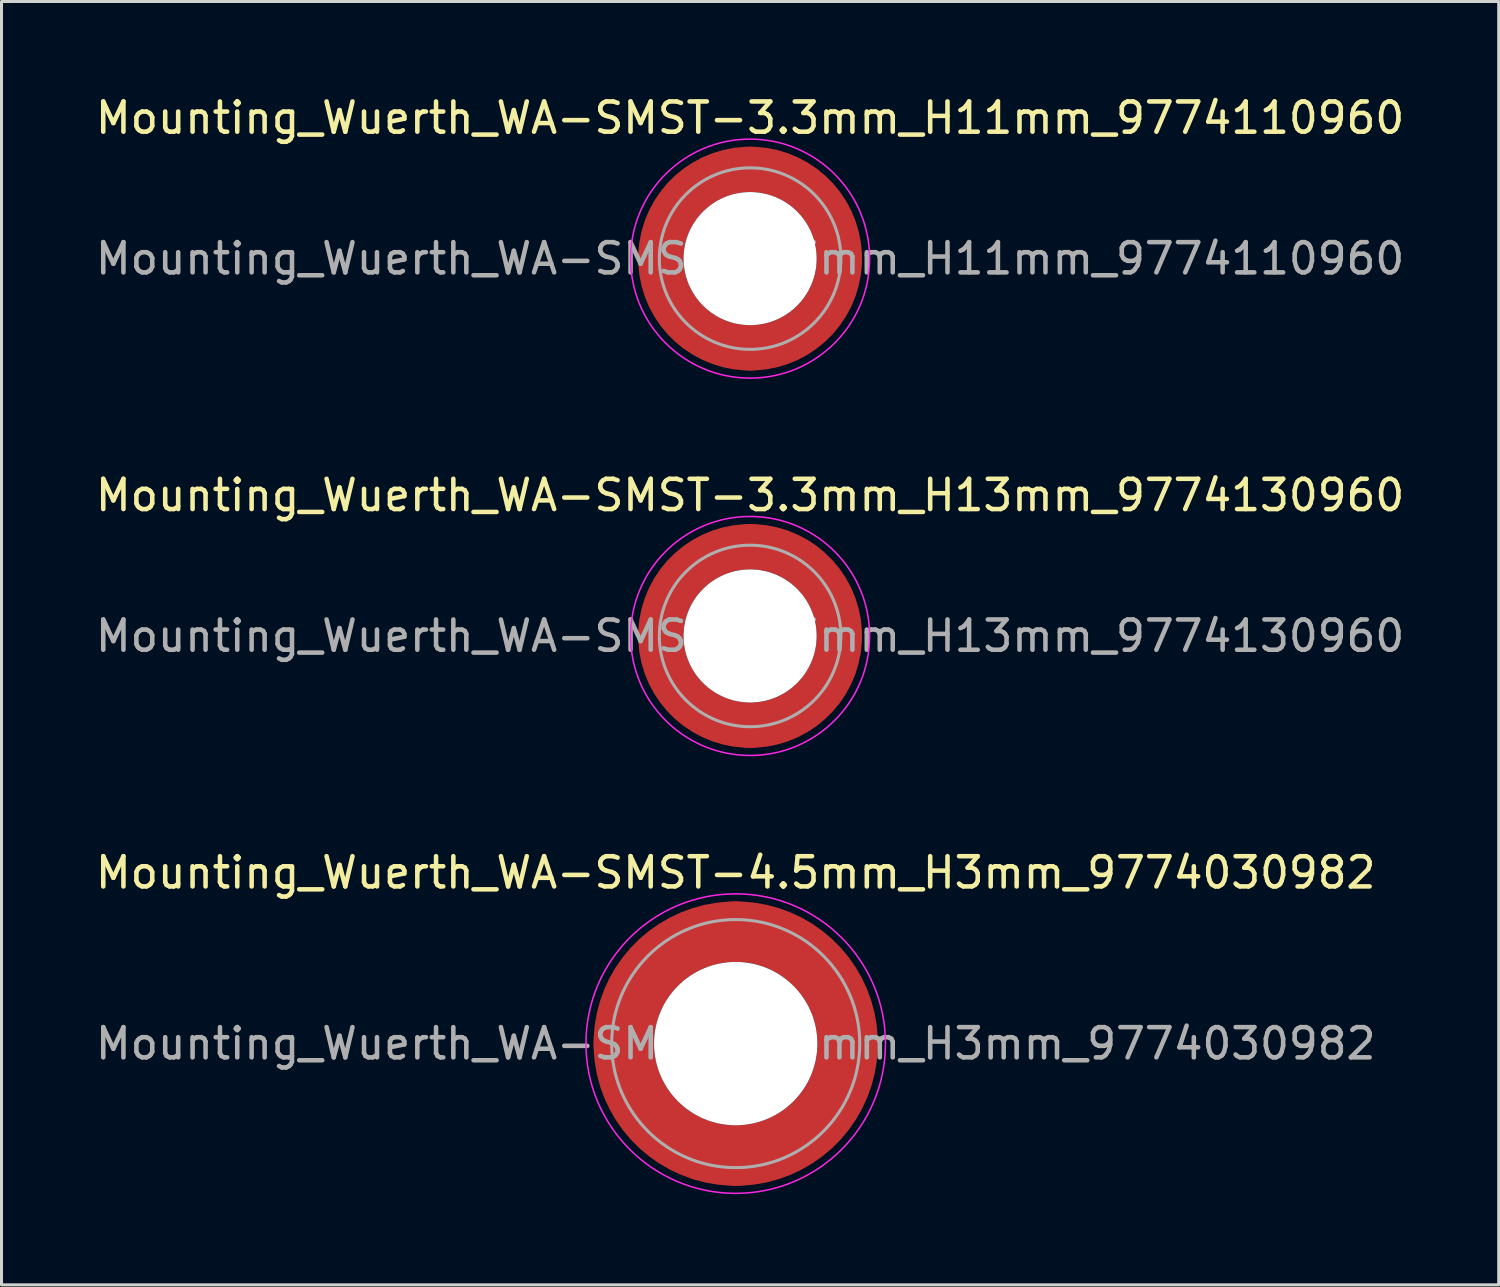
<source format=kicad_pcb>
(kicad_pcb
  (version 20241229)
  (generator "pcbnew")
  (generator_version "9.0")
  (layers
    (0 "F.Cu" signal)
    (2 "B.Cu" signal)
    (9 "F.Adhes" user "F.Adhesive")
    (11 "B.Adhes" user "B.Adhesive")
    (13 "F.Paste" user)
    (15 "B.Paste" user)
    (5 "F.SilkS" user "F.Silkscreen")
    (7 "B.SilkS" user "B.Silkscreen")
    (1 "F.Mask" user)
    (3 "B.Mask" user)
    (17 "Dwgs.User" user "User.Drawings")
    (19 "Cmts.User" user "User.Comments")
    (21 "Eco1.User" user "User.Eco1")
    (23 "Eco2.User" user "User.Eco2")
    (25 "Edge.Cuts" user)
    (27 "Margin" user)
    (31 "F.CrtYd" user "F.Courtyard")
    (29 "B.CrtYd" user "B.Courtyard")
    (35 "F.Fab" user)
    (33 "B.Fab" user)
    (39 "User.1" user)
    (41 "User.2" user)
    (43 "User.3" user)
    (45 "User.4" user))
  (footprint "Mounting_Wuerth_WA-SMST-3.3mm_H11mm_9774110960"
    (layer "F.Cu")
    (at 21.744 5.498)
    (property "Reference" "Mounting_Wuerth_WA-SMST-3.3mm_H11mm_9774110960" (at 0 -4.65 0) (layer "F.SilkS") (effects (font (size 1 1) (thickness 0.15))))
    (attr smd)
    (fp_circle (center 0 0) (end 3.95 0) (stroke (width 0.05) (type solid)) (fill no) (layer "F.CrtYd"))
    (fp_circle (center 0 0) (end 3 0) (stroke (width 0.1) (type solid)) (fill no) (layer "F.Fab"))
    (fp_text user "${REFERENCE}" (at 0 0 0) (layer "F.Fab") (effects (font (size 1 1) (thickness 0.15))))
    (pad "" smd custom (at -2.058 -2.058) (size 1.1 1.1) (layers "F.Paste") (options (anchor circle)) (primitives (gr_arc (start -0.377294 1.707681) (mid 0.318198 0.318198) (end 1.707681 -0.377294) (width 0.2)) (gr_arc (start -0.478281 1.707681) (mid 0.247487 0.247487) (end 1.707681 -0.478281) (width 0.2)) (gr_arc (start -0.579192 1.707681) (mid 0.176777 0.176777) (end 1.707681 -0.579192) (width 0.2)) (gr_arc (start -0.680037 1.707681) (mid 0.106066 0.106066) (end 1.707681 -0.680037) (width 0.2)) (gr_arc (start -0.780822 1.707681) (mid 0.035356 0.035356) (end 1.707681 -0.780822) (width 0.2)) (gr_arc (start -0.881554 1.707681) (mid -0.035355 -0.035355) (end 1.707681 -0.881554) (width 0.2)) (gr_arc (start -0.982237 1.707681) (mid -0.106066 -0.106066) (end 1.707681 -0.982237) (width 0.2)) (gr_arc (start -1.082877 1.707681) (mid -0.176777 -0.176777) (end 1.707681 -1.082877) (width 0.2)) (gr_arc (start -1.183476 1.707681) (mid -0.247487 -0.247487) (end 1.707681 -1.183476) (width 0.2)) (gr_arc (start -1.28404 1.707681) (mid -0.318198 -0.318198) (end 1.707681 -1.28404) (width 0.2)) (gr_line (start 1.708 -0.377) (end 1.708 -1.284) (width 0.2)) (gr_line (start -0.377 1.708) (end -1.284 1.708) (width 0.2))))
    (pad "" smd custom (at -2.058 2.058) (size 1.1 1.1) (layers "F.Paste") (options (anchor circle)) (primitives (gr_arc (start 1.707681 0.377294) (mid 0.318198 -0.318198) (end -0.377294 -1.707681) (width 0.2)) (gr_arc (start 1.707681 0.478281) (mid 0.247487 -0.247487) (end -0.478281 -1.707681) (width 0.2)) (gr_arc (start 1.707681 0.579192) (mid 0.176777 -0.176777) (end -0.579192 -1.707681) (width 0.2)) (gr_arc (start 1.707681 0.680037) (mid 0.106066 -0.106066) (end -0.680037 -1.707681) (width 0.2)) (gr_arc (start 1.707681 0.780822) (mid 0.035356 -0.035356) (end -0.780822 -1.707681) (width 0.2)) (gr_arc (start 1.707681 0.881554) (mid -0.035355 0.035355) (end -0.881554 -1.707681) (width 0.2)) (gr_arc (start 1.707681 0.982237) (mid -0.106066 0.106066) (end -0.982237 -1.707681) (width 0.2)) (gr_arc (start 1.707681 1.082877) (mid -0.176777 0.176777) (end -1.082877 -1.707681) (width 0.2)) (gr_arc (start 1.707681 1.183476) (mid -0.247487 0.247487) (end -1.183476 -1.707681) (width 0.2)) (gr_arc (start 1.707681 1.28404) (mid -0.318198 0.318198) (end -1.28404 -1.707681) (width 0.2)) (gr_line (start -0.377 -1.708) (end -1.284 -1.708) (width 0.2)) (gr_line (start 1.708 0.377) (end 1.708 1.284) (width 0.2))))
    (pad "" np_thru_hole circle (at 0 0) (size 4.4 4.4) (drill 4.4) (layers "*.Cu" "*.Mask"))
    (pad "" smd custom (at 2.058 -2.058) (size 1.1 1.1) (layers "F.Paste") (options (anchor circle)) (primitives (gr_arc (start -1.707681 -0.377294) (mid -0.318198 0.318198) (end 0.377294 1.707681) (width 0.2)) (gr_arc (start -1.707681 -0.478281) (mid -0.247487 0.247487) (end 0.478281 1.707681) (width 0.2)) (gr_arc (start -1.707681 -0.579192) (mid -0.176777 0.176777) (end 0.579192 1.707681) (width 0.2)) (gr_arc (start -1.707681 -0.680037) (mid -0.106066 0.106066) (end 0.680037 1.707681) (width 0.2)) (gr_arc (start -1.707681 -0.780822) (mid -0.035356 0.035356) (end 0.780822 1.707681) (width 0.2)) (gr_arc (start -1.707681 -0.881554) (mid 0.035355 -0.035355) (end 0.881554 1.707681) (width 0.2)) (gr_arc (start -1.707681 -0.982237) (mid 0.106066 -0.106066) (end 0.982237 1.707681) (width 0.2)) (gr_arc (start -1.707681 -1.082877) (mid 0.176777 -0.176777) (end 1.082877 1.707681) (width 0.2)) (gr_arc (start -1.707681 -1.183476) (mid 0.247487 -0.247487) (end 1.183476 1.707681) (width 0.2)) (gr_arc (start -1.707681 -1.28404) (mid 0.318198 -0.318198) (end 1.28404 1.707681) (width 0.2)) (gr_line (start 0.377 1.708) (end 1.284 1.708) (width 0.2)) (gr_line (start -1.708 -0.377) (end -1.708 -1.284) (width 0.2))))
    (pad "" smd custom (at 2.058 2.058) (size 1.1 1.1) (layers "F.Paste") (options (anchor circle)) (primitives (gr_arc (start 0.377294 -1.707681) (mid -0.318198 -0.318198) (end -1.707681 0.377294) (width 0.2)) (gr_arc (start 0.478281 -1.707681) (mid -0.247487 -0.247487) (end -1.707681 0.478281) (width 0.2)) (gr_arc (start 0.579192 -1.707681) (mid -0.176777 -0.176777) (end -1.707681 0.579192) (width 0.2)) (gr_arc (start 0.680037 -1.707681) (mid -0.106066 -0.106066) (end -1.707681 0.680037) (width 0.2)) (gr_arc (start 0.780822 -1.707681) (mid -0.035356 -0.035356) (end -1.707681 0.780822) (width 0.2)) (gr_arc (start 0.881554 -1.707681) (mid 0.035355 0.035355) (end -1.707681 0.881554) (width 0.2)) (gr_arc (start 0.982237 -1.707681) (mid 0.106066 0.106066) (end -1.707681 0.982237) (width 0.2)) (gr_arc (start 1.082877 -1.707681) (mid 0.176777 0.176777) (end -1.707681 1.082877) (width 0.2)) (gr_arc (start 1.183476 -1.707681) (mid 0.247487 0.247487) (end -1.707681 1.183476) (width 0.2)) (gr_arc (start 1.28404 -1.707681) (mid 0.318198 0.318198) (end -1.707681 1.28404) (width 0.2)) (gr_line (start -1.708 0.377) (end -1.708 1.284) (width 0.2)) (gr_line (start 0.377 -1.708) (end 1.284 -1.708) (width 0.2))))
    (pad "1" smd circle (at -2.95 0) (size 1.5 1.5) (layers "F.Cu"))
    (pad "1" smd circle (at 0 -2.95) (size 1.5 1.5) (layers "F.Cu"))
    (pad "1" smd circle (at 0 2.95) (size 1.5 1.5) (layers "F.Cu"))
    (pad "1" smd custom (at 2.95 0) (size 1.5 1.5) (layers "F.Cu" "F.Mask") (options (anchor circle)) (primitives (gr_circle (center -2.95 0) (end 0 0) (width 1.5) (fill no)))))
  (footprint "Mounting_Wuerth_WA-SMST-3.3mm_H13mm_9774130960"
    (layer "F.Cu")
    (at 21.744 17.971)
    (property "Reference" "Mounting_Wuerth_WA-SMST-3.3mm_H13mm_9774130960" (at 0 -4.65 0) (layer "F.SilkS") (effects (font (size 1 1) (thickness 0.15))))
    (attr smd)
    (fp_circle (center 0 0) (end 3.95 0) (stroke (width 0.05) (type solid)) (fill no) (layer "F.CrtYd"))
    (fp_circle (center 0 0) (end 3 0) (stroke (width 0.1) (type solid)) (fill no) (layer "F.Fab"))
    (fp_text user "${REFERENCE}" (at 0 0 0) (layer "F.Fab") (effects (font (size 1 1) (thickness 0.15))))
    (pad "" smd custom (at -2.058 -2.058) (size 1.1 1.1) (layers "F.Paste") (options (anchor circle)) (primitives (gr_arc (start -0.524489 1.532681) (mid 0.194454 0.194454) (end 1.532681 -0.524489) (width 0.55)) (gr_arc (start -0.804569 1.532681) (mid 0 0) (end 1.532681 -0.804569) (width 0.55)) (gr_arc (start -1.083752 1.532681) (mid -0.194454 -0.194454) (end 1.532681 -1.083752) (width 0.55)) (gr_line (start 1.533 -0.524) (end 1.533 -1.084) (width 0.55)) (gr_line (start -0.524 1.533) (end -1.084 1.533) (width 0.55))))
    (pad "" smd custom (at -2.058 2.058) (size 1.1 1.1) (layers "F.Paste") (options (anchor circle)) (primitives (gr_arc (start 1.532681 0.524489) (mid 0.194454 -0.194454) (end -0.524489 -1.532681) (width 0.55)) (gr_arc (start 1.532681 0.804569) (mid 0 0) (end -0.804569 -1.532681) (width 0.55)) (gr_arc (start 1.532681 1.083752) (mid -0.194454 0.194454) (end -1.083752 -1.532681) (width 0.55)) (gr_line (start -0.524 -1.533) (end -1.084 -1.533) (width 0.55)) (gr_line (start 1.533 0.524) (end 1.533 1.084) (width 0.55))))
    (pad "" np_thru_hole circle (at 0 0) (size 4.4 4.4) (drill 4.4) (layers "*.Cu" "*.Mask"))
    (pad "" smd custom (at 2.058 -2.058) (size 1.1 1.1) (layers "F.Paste") (options (anchor circle)) (primitives (gr_arc (start -1.532681 -0.524489) (mid -0.194454 0.194454) (end 0.524489 1.532681) (width 0.55)) (gr_arc (start -1.532681 -0.804569) (mid 0 0) (end 0.804569 1.532681) (width 0.55)) (gr_arc (start -1.532681 -1.083752) (mid 0.194454 -0.194454) (end 1.083752 1.532681) (width 0.55)) (gr_line (start 0.524 1.533) (end 1.084 1.533) (width 0.55)) (gr_line (start -1.533 -0.524) (end -1.533 -1.084) (width 0.55))))
    (pad "" smd custom (at 2.058 2.058) (size 1.1 1.1) (layers "F.Paste") (options (anchor circle)) (primitives (gr_arc (start 0.524489 -1.532681) (mid -0.194454 -0.194454) (end -1.532681 0.524489) (width 0.55)) (gr_arc (start 0.804569 -1.532681) (mid 0 0) (end -1.532681 0.804569) (width 0.55)) (gr_arc (start 1.083752 -1.532681) (mid 0.194454 0.194454) (end -1.532681 1.083752) (width 0.55)) (gr_line (start -1.533 0.524) (end -1.533 1.084) (width 0.55)) (gr_line (start 0.524 -1.533) (end 1.084 -1.533) (width 0.55))))
    (pad "1" smd circle (at -2.95 0) (size 1.5 1.5) (layers "F.Cu"))
    (pad "1" smd circle (at 0 -2.95) (size 1.5 1.5) (layers "F.Cu"))
    (pad "1" smd circle (at 0 2.95) (size 1.5 1.5) (layers "F.Cu"))
    (pad "1" smd custom (at 2.95 0) (size 1.5 1.5) (layers "F.Cu" "F.Mask") (options (anchor circle)) (primitives (gr_circle (center -2.95 0) (end 0 0) (width 1.5) (fill no)))))
  (footprint "Mounting_Wuerth_WA-SMST-4.5mm_H3mm_9774030982"
    (layer "F.Cu")
    (at 21.268 31.445)
    (property "Reference" "Mounting_Wuerth_WA-SMST-4.5mm_H3mm_9774030982" (at 0 -5.65 0) (layer "F.SilkS") (effects (font (size 1 1) (thickness 0.15))))
    (attr smd)
    (fp_circle (center 0 0) (end 4.95 0) (stroke (width 0.05) (type solid)) (fill no) (layer "F.CrtYd"))
    (fp_circle (center 0 0) (end 4.1 0) (stroke (width 0.1) (type solid)) (fill no) (layer "F.Fab"))
    (fp_text user "${REFERENCE}" (at 0 0 0) (layer "F.Fab") (effects (font (size 1 1) (thickness 0.15))))
    (pad "" smd custom (at -2.607 -2.607) (size 1.895 1.895) (layers "F.Paste") (options (anchor circle)) (primitives (gr_arc (start -0.485237 1.733706) (mid 0.334992 0.334992) (end 1.733706 -0.485237) (width 0.9475)) (gr_arc (start -0.975031 1.733706) (mid 0 0) (end 1.733706 -0.975031) (width 0.9475)) (gr_arc (start -1.461028 1.733706) (mid -0.334992 -0.334992) (end 1.733706 -1.461028) (width 0.9475)) (gr_line (start 1.734 -0.485) (end 1.734 -1.461) (width 0.948)) (gr_line (start -0.485 1.734) (end -1.461 1.734) (width 0.948))))
    (pad "" smd custom (at -2.607 2.607) (size 1.895 1.895) (layers "F.Paste") (options (anchor circle)) (primitives (gr_arc (start 1.733706 0.485237) (mid 0.334992 -0.334992) (end -0.485237 -1.733706) (width 0.9475)) (gr_arc (start 1.733706 0.975031) (mid 0 0) (end -0.975031 -1.733706) (width 0.9475)) (gr_arc (start 1.733706 1.461028) (mid -0.334992 0.334992) (end -1.461028 -1.733706) (width 0.9475)) (gr_line (start -0.485 -1.734) (end -1.461 -1.734) (width 0.948)) (gr_line (start 1.734 0.485) (end 1.734 1.461) (width 0.948))))
    (pad "" np_thru_hole circle (at 0 0) (size 5.4 5.4) (drill 5.4) (layers "*.Cu" "*.Mask"))
    (pad "" smd custom (at 2.607 -2.607) (size 1.895 1.895) (layers "F.Paste") (options (anchor circle)) (primitives (gr_arc (start -1.733706 -0.485237) (mid -0.334992 0.334992) (end 0.485237 1.733706) (width 0.9475)) (gr_arc (start -1.733706 -0.975031) (mid 0 0) (end 0.975031 1.733706) (width 0.9475)) (gr_arc (start -1.733706 -1.461028) (mid 0.334992 -0.334992) (end 1.461028 1.733706) (width 0.9475)) (gr_line (start 0.485 1.734) (end 1.461 1.734) (width 0.948)) (gr_line (start -1.734 -0.485) (end -1.734 -1.461) (width 0.948))))
    (pad "" smd custom (at 2.607 2.607) (size 1.895 1.895) (layers "F.Paste") (options (anchor circle)) (primitives (gr_arc (start 0.485237 -1.733706) (mid -0.334992 -0.334992) (end -1.733706 0.485237) (width 0.9475)) (gr_arc (start 0.975031 -1.733706) (mid 0 0) (end -1.733706 0.975031) (width 0.9475)) (gr_arc (start 1.461028 -1.733706) (mid 0.334992 0.334992) (end -1.733706 1.461028) (width 0.9475)) (gr_line (start -1.734 0.485) (end -1.734 1.461) (width 0.948)) (gr_line (start 0.485 -1.734) (end 1.461 -1.734) (width 0.948))))
    (pad "1" smd circle (at -3.7 0) (size 2 2) (layers "F.Cu"))
    (pad "1" smd circle (at 0 -3.7) (size 2 2) (layers "F.Cu"))
    (pad "1" smd circle (at 0 3.7) (size 2 2) (layers "F.Cu"))
    (pad "1" smd custom (at 3.7 0) (size 2 2) (layers "F.Cu" "F.Mask") (options (anchor circle)) (primitives (gr_circle (center -3.7 0) (end 0 0) (width 2) (fill no)))))
  (gr_rect
    (start -3 -3)
    (end 46.488 39.42)
    (stroke (width 0.1) (type default))
    (fill no)
    (layer "Edge.Cuts")))
</source>
